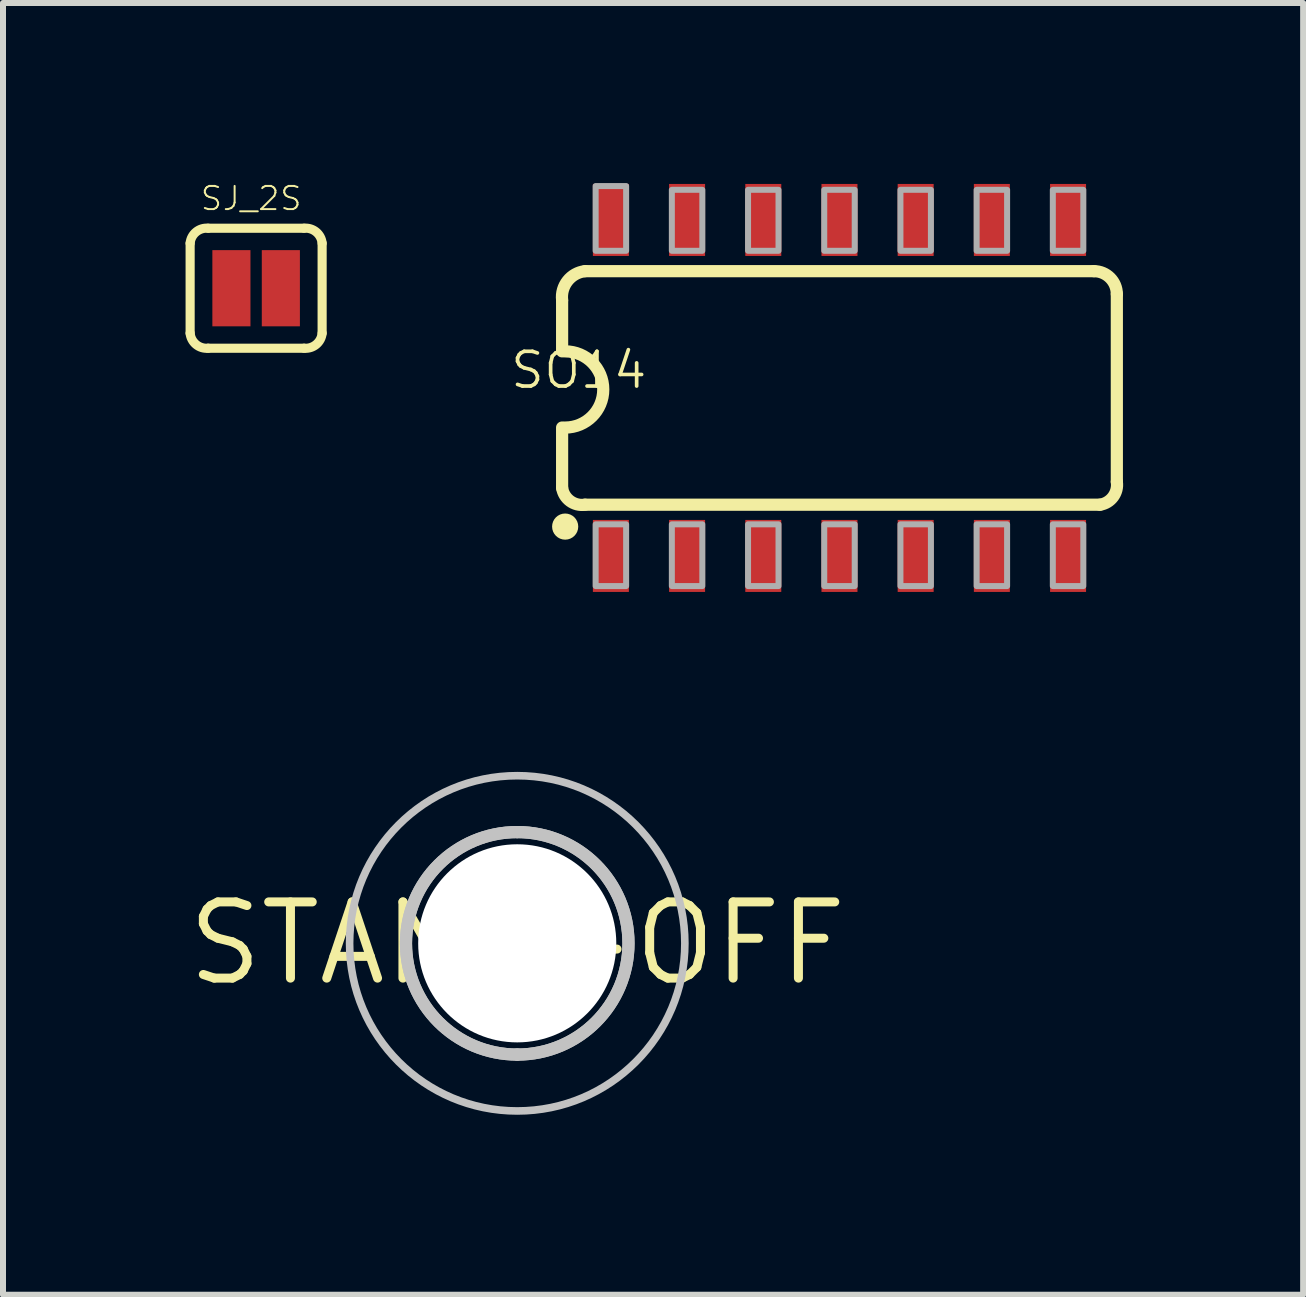
<source format=kicad_pcb>
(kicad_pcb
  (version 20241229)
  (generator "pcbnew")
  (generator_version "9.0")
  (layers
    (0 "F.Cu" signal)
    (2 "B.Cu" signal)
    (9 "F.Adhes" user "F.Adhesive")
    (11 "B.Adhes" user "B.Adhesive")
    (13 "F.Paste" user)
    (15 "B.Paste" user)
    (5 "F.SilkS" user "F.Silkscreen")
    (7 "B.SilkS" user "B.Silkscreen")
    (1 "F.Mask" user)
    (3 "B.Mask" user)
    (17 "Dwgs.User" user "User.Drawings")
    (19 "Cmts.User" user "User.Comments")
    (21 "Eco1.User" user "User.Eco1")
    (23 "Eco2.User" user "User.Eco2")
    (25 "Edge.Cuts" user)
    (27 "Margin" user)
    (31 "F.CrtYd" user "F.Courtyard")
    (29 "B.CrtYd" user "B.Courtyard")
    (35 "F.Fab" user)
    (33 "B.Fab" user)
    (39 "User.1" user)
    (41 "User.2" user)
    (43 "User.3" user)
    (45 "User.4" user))
  (footprint "STAND-OFF"
    (layer "F.Cu")
    (at 5.571 12.673)
    (property "Reference" "STAND-OFF" (at 0 0 0) (layer "F.SilkS") (effects (font (size 1.27 1.27) (thickness 0.15))))
    (attr through_hole)
    (fp_arc (start 0 -1.8542) (mid 1.8542 0) (end 0 1.8542) (stroke (width 0.2032) (type solid)) (layer "Dwgs.User"))
    (fp_arc (start 0 -1.8542) (mid 1.8542 0) (end 0 1.8542) (stroke (width 0.2032) (type solid)) (layer "Dwgs.User"))
    (fp_arc (start 0 1.8542) (mid -1.8542 0) (end 0 -1.8542) (stroke (width 0.2032) (type solid)) (layer "Dwgs.User"))
    (fp_arc (start 0 1.8542) (mid -1.8542 0) (end 0 -1.8542) (stroke (width 0.2032) (type solid)) (layer "Dwgs.User"))
    (fp_circle (center 0 0) (end 2.794 0) (stroke (width 0.127) (type solid)) (fill no) (layer "Dwgs.User"))
    (pad "" np_thru_hole circle (at 0 0) (size 3.302 3.302) (drill 3.302) (layers "*.Cu" "*.Mask")))
  (footprint "SO14"
    (layer "F.Cu")
    (at 10.942 3.416)
    (property "Reference" "SO14" (at -3.175 -0.635 0) (layer "F.SilkS") (effects (font (size 0.579 0.579) (thickness 0.061)) (justify right top)))
    (attr through_hole)
    (fp_line (start -4.623 -1.453) (end -4.623 -0.61) (stroke (width 0.203) (type solid)) (layer "F.SilkS"))
    (fp_line (start -4.623 1.665) (end -4.623 0.66) (stroke (width 0.203) (type solid)) (layer "F.SilkS"))
    (fp_line (start -4.242 1.946) (end 4.342 1.946) (stroke (width 0.203) (type solid)) (layer "F.SilkS"))
    (fp_line (start 4.242 -1.946) (end -4.242 -1.946) (stroke (width 0.203) (type solid)) (layer "F.SilkS"))
    (fp_line (start 4.623 1.565) (end 4.623 -1.565) (stroke (width 0.203) (type solid)) (layer "F.SilkS"))
    (fp_arc (start -4.6228 -1.4653) (mid -4.531948 -1.784731) (end -4.2418 -1.9463) (stroke (width 0.2032) (type solid)) (layer "F.SilkS"))
    (fp_arc (start -4.572 -0.6096) (mid -3.937 0.0254) (end -4.572 0.6604) (stroke (width 0.2032) (type solid)) (layer "F.SilkS"))
    (fp_arc (start -4.241799 1.946301) (mid -4.49054 1.884767) (end -4.6228 1.6653) (stroke (width 0.2032) (type solid)) (layer "F.SilkS"))
    (fp_arc (start 4.2418 -1.9463) (mid 4.511237 -1.834736) (end 4.6228 -1.565298) (stroke (width 0.2032) (type solid)) (layer "F.SilkS"))
    (fp_arc (start 4.6228 1.5653) (mid 4.561208 1.813997) (end 4.3418 1.9463) (stroke (width 0.2032) (type solid)) (layer "F.SilkS"))
    (fp_circle (center -4.572 2.311) (end -4.463 2.311) (stroke (width 0.218) (type solid)) (fill no) (layer "F.SilkS"))
    (fp_poly (pts (xy -4.064 -2.286) (xy -3.556 -2.286) (xy -3.556 -3.365) (xy -4.064 -3.365)) (stroke (width 0.1) (type solid)) (fill no) (layer "F.Fab"))
    (fp_poly (pts (xy -4.064 3.302) (xy -3.556 3.302) (xy -3.556 2.273) (xy -4.064 2.273)) (stroke (width 0.1) (type solid)) (fill no) (layer "F.Fab"))
    (fp_poly (pts (xy -2.794 -2.286) (xy -2.286 -2.286) (xy -2.286 -3.302) (xy -2.794 -3.302)) (stroke (width 0.1) (type solid)) (fill no) (layer "F.Fab"))
    (fp_poly (pts (xy -2.794 3.302) (xy -2.286 3.302) (xy -2.286 2.273) (xy -2.794 2.273)) (stroke (width 0.1) (type solid)) (fill no) (layer "F.Fab"))
    (fp_poly (pts (xy -1.524 -2.286) (xy -1.016 -2.286) (xy -1.016 -3.302) (xy -1.524 -3.302)) (stroke (width 0.1) (type solid)) (fill no) (layer "F.Fab"))
    (fp_poly (pts (xy -1.524 3.302) (xy -1.016 3.302) (xy -1.016 2.273) (xy -1.524 2.273)) (stroke (width 0.1) (type solid)) (fill no) (layer "F.Fab"))
    (fp_poly (pts (xy -0.254 -2.286) (xy 0.254 -2.286) (xy 0.254 -3.302) (xy -0.254 -3.302)) (stroke (width 0.1) (type solid)) (fill no) (layer "F.Fab"))
    (fp_poly (pts (xy -0.254 3.302) (xy 0.254 3.302) (xy 0.254 2.273) (xy -0.254 2.273)) (stroke (width 0.1) (type solid)) (fill no) (layer "F.Fab"))
    (fp_poly (pts (xy 1.016 -2.286) (xy 1.524 -2.286) (xy 1.524 -3.302) (xy 1.016 -3.302)) (stroke (width 0.1) (type solid)) (fill no) (layer "F.Fab"))
    (fp_poly (pts (xy 1.016 3.302) (xy 1.524 3.302) (xy 1.524 2.273) (xy 1.016 2.273)) (stroke (width 0.1) (type solid)) (fill no) (layer "F.Fab"))
    (fp_poly (pts (xy 2.286 -2.286) (xy 2.794 -2.286) (xy 2.794 -3.302) (xy 2.286 -3.302)) (stroke (width 0.1) (type solid)) (fill no) (layer "F.Fab"))
    (fp_poly (pts (xy 2.286 3.302) (xy 2.794 3.302) (xy 2.794 2.273) (xy 2.286 2.273)) (stroke (width 0.1) (type solid)) (fill no) (layer "F.Fab"))
    (fp_poly (pts (xy 3.556 -2.286) (xy 4.064 -2.286) (xy 4.064 -3.302) (xy 3.556 -3.302)) (stroke (width 0.1) (type solid)) (fill no) (layer "F.Fab"))
    (fp_poly (pts (xy 3.556 3.302) (xy 4.064 3.302) (xy 4.064 2.273) (xy 3.556 2.273)) (stroke (width 0.1) (type solid)) (fill no) (layer "F.Fab"))
    (pad "1" smd rect (at -3.81 2.8) (size 0.6 1.2) (layers "F.Cu" "F.Mask" "F.Paste"))
    (pad "2" smd rect (at -2.54 2.8) (size 0.6 1.2) (layers "F.Cu" "F.Mask" "F.Paste"))
    (pad "3" smd rect (at -1.27 2.8) (size 0.6 1.2) (layers "F.Cu" "F.Mask" "F.Paste"))
    (pad "4" smd rect (at 0 2.8) (size 0.6 1.2) (layers "F.Cu" "F.Mask" "F.Paste"))
    (pad "5" smd rect (at 1.27 2.8) (size 0.6 1.2) (layers "F.Cu" "F.Mask" "F.Paste"))
    (pad "6" smd rect (at 2.54 2.8) (size 0.6 1.2) (layers "F.Cu" "F.Mask" "F.Paste"))
    (pad "7" smd rect (at 3.81 2.8) (size 0.6 1.2) (layers "F.Cu" "F.Mask" "F.Paste"))
    (pad "8" smd rect (at 3.81 -2.8) (size 0.6 1.2) (layers "F.Cu" "F.Mask" "F.Paste"))
    (pad "9" smd rect (at 2.54 -2.8) (size 0.6 1.2) (layers "F.Cu" "F.Mask" "F.Paste"))
    (pad "10" smd rect (at 1.27 -2.8) (size 0.6 1.2) (layers "F.Cu" "F.Mask" "F.Paste"))
    (pad "11" smd rect (at 0 -2.8) (size 0.6 1.2) (layers "F.Cu" "F.Mask" "F.Paste"))
    (pad "12" smd rect (at -1.27 -2.8) (size 0.6 1.2) (layers "F.Cu" "F.Mask" "F.Paste"))
    (pad "13" smd rect (at -2.54 -2.8) (size 0.6 1.2) (layers "F.Cu" "F.Mask" "F.Paste"))
    (pad "14" smd rect (at -3.81 -2.8) (size 0.6 1.2) (layers "F.Cu" "F.Mask" "F.Paste")))
  (footprint "SJ_2S"
    (layer "F.Cu")
    (at 1.219 1.754)
    (property "Reference" "SJ_2S" (at -0.95 -1.27 0) (layer "F.SilkS") (effects (font (size 0.386 0.386) (thickness 0.033)) (justify left bottom)))
    (attr through_hole)
    (fp_line (start -1.1 0.75) (end -1.1 -0.75) (stroke (width 0.152) (type solid)) (layer "F.SilkS"))
    (fp_line (start -0.8 -1) (end 0.8 -1) (stroke (width 0.152) (type solid)) (layer "F.SilkS"))
    (fp_line (start 0.8 1) (end -0.8 1) (stroke (width 0.152) (type solid)) (layer "F.SilkS"))
    (fp_line (start 1.1 0.75) (end 1.1 -0.75) (stroke (width 0.152) (type solid)) (layer "F.SilkS"))
    (fp_arc (start -1.1 -0.75) (mid -1.001777 -0.937132) (end -0.8 -1) (stroke (width 0.1524) (type solid)) (layer "F.SilkS"))
    (fp_arc (start -0.799998 1) (mid -1.001849 0.93722) (end -1.1 0.75) (stroke (width 0.1524) (type solid)) (layer "F.SilkS"))
    (fp_arc (start 0.8 -1) (mid 1.001777 -0.937132) (end 1.1 -0.75) (stroke (width 0.1524) (type solid)) (layer "F.SilkS"))
    (fp_arc (start 1.1 0.75) (mid 1.001777 0.937132) (end 0.8 1) (stroke (width 0.1524) (type solid)) (layer "F.SilkS"))
    (fp_poly (pts (xy -1.219 1.143) (xy 1.219 1.143) (xy 1.219 -1.143) (xy -1.219 -1.143)) (stroke (width 0) (type solid)) (fill yes) (layer "F.Paste"))
    (pad "1" smd rect (at -0.412 0) (size 0.635 1.27) (layers "F.Cu" "F.Mask" "F.Paste"))
    (pad "2" smd rect (at 0.412 0) (size 0.635 1.27) (layers "F.Cu" "F.Mask" "F.Paste")))
  (gr_rect
    (start -3 -3)
    (end 18.67 18.53)
    (stroke (width 0.1) (type default))
    (fill no)
    (layer "Edge.Cuts")))
</source>
